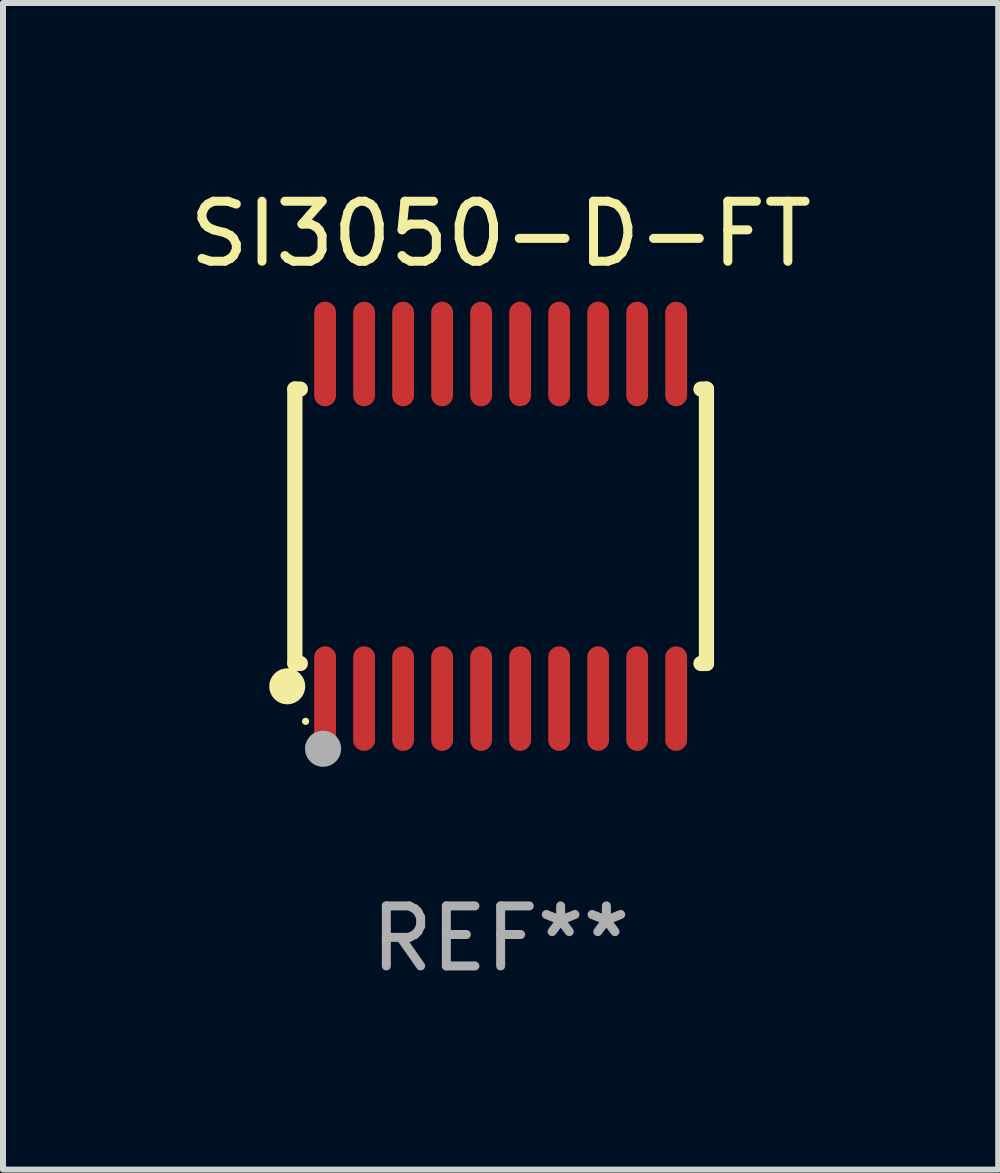
<source format=kicad_pcb>
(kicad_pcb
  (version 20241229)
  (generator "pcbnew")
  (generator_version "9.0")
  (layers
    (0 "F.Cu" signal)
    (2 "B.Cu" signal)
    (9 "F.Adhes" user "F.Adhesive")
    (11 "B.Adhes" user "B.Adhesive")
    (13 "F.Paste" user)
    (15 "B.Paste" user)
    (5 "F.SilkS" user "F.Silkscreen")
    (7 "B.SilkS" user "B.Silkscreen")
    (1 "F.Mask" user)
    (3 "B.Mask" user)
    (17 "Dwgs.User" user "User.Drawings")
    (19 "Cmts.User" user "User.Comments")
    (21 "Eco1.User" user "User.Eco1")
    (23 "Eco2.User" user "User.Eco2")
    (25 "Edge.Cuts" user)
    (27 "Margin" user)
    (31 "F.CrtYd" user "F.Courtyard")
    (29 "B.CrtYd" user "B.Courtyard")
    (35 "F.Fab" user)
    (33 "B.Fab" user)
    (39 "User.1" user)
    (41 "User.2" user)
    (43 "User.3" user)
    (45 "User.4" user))
  (footprint "SI3050-D-FT"
    (layer "F.Cu")
    (at 5.292 5.719)
    (property "Reference" "SI3050-D-FT" (at 0 -4.871 0) (layer "F.SilkS") (effects (font (size 1 1) (thickness 0.15))))
    (attr through_hole)
    (fp_line (start -3.429 -2.286) (end -3.429 2.286) (stroke (width 0.254) (type solid)) (layer "F.SilkS"))
    (fp_line (start -3.429 2.286) (end -3.338 2.286) (stroke (width 0.254) (type solid)) (layer "F.SilkS"))
    (fp_line (start -3.338 -2.286) (end -3.429 -2.286) (stroke (width 0.254) (type solid)) (layer "F.SilkS"))
    (fp_line (start 3.338 -2.286) (end 3.429 -2.286) (stroke (width 0.254) (type solid)) (layer "F.SilkS"))
    (fp_line (start 3.429 -2.286) (end 3.429 2.286) (stroke (width 0.254) (type solid)) (layer "F.SilkS"))
    (fp_line (start 3.429 2.286) (end 3.338 2.286) (stroke (width 0.254) (type solid)) (layer "F.SilkS"))
    (fp_circle (center -3.556 2.667) (end -3.406 2.667) (stroke (width 0.3) (type solid)) (fill no) (layer "F.SilkS"))
    (fp_circle (center -3.25 3.25) (end -3.22 3.25) (stroke (width 0.06) (type solid)) (fill no) (layer "F.SilkS"))
    (fp_circle (center -2.959 3.707) (end -2.808 3.707) (stroke (width 0.3) (type solid)) (fill no) (layer "F.Fab"))
    (fp_text user "REF**" (at 0 6.871 0) (layer "F.Fab") (effects (font (size 1 1) (thickness 0.15))))
    (pad "1" smd oval (at -2.925 2.871) (size 0.364 1.742) (layers "F.Cu" "F.Mask" "F.Paste"))
    (pad "2" smd oval (at -2.275 2.871) (size 0.364 1.742) (layers "F.Cu" "F.Mask" "F.Paste"))
    (pad "3" smd oval (at -1.625 2.871) (size 0.364 1.742) (layers "F.Cu" "F.Mask" "F.Paste"))
    (pad "4" smd oval (at -0.975 2.871) (size 0.364 1.742) (layers "F.Cu" "F.Mask" "F.Paste"))
    (pad "5" smd oval (at -0.325 2.871) (size 0.364 1.742) (layers "F.Cu" "F.Mask" "F.Paste"))
    (pad "6" smd oval (at 0.325 2.871) (size 0.364 1.742) (layers "F.Cu" "F.Mask" "F.Paste"))
    (pad "7" smd oval (at 0.975 2.871) (size 0.364 1.742) (layers "F.Cu" "F.Mask" "F.Paste"))
    (pad "8" smd oval (at 1.625 2.871) (size 0.364 1.742) (layers "F.Cu" "F.Mask" "F.Paste"))
    (pad "9" smd oval (at 2.275 2.871) (size 0.364 1.742) (layers "F.Cu" "F.Mask" "F.Paste"))
    (pad "10" smd oval (at 2.925 2.871) (size 0.364 1.742) (layers "F.Cu" "F.Mask" "F.Paste"))
    (pad "11" smd oval (at 2.925 -2.871) (size 0.364 1.742) (layers "F.Cu" "F.Mask" "F.Paste"))
    (pad "12" smd oval (at 2.275 -2.871) (size 0.364 1.742) (layers "F.Cu" "F.Mask" "F.Paste"))
    (pad "13" smd oval (at 1.625 -2.871) (size 0.364 1.742) (layers "F.Cu" "F.Mask" "F.Paste"))
    (pad "14" smd oval (at 0.975 -2.871) (size 0.364 1.742) (layers "F.Cu" "F.Mask" "F.Paste"))
    (pad "15" smd oval (at 0.325 -2.871) (size 0.364 1.742) (layers "F.Cu" "F.Mask" "F.Paste"))
    (pad "16" smd oval (at -0.325 -2.871) (size 0.364 1.742) (layers "F.Cu" "F.Mask" "F.Paste"))
    (pad "17" smd oval (at -0.975 -2.871) (size 0.364 1.742) (layers "F.Cu" "F.Mask" "F.Paste"))
    (pad "18" smd oval (at -1.625 -2.871) (size 0.364 1.742) (layers "F.Cu" "F.Mask" "F.Paste"))
    (pad "19" smd oval (at -2.275 -2.871) (size 0.364 1.742) (layers "F.Cu" "F.Mask" "F.Paste"))
    (pad "20" smd oval (at -2.925 -2.871) (size 0.364 1.742) (layers "F.Cu" "F.Mask" "F.Paste")))
  (gr_rect
    (start -3 -3)
    (end 13.583 16.438)
    (stroke (width 0.1) (type default))
    (fill no)
    (layer "Edge.Cuts")))
</source>
